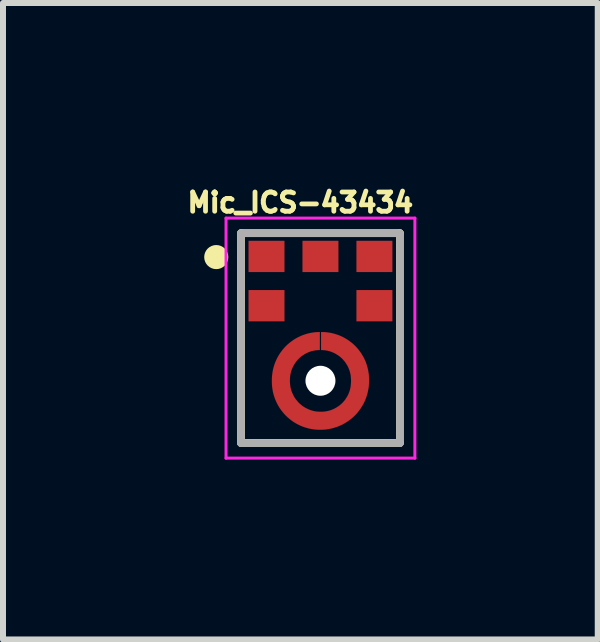
<source format=kicad_pcb>
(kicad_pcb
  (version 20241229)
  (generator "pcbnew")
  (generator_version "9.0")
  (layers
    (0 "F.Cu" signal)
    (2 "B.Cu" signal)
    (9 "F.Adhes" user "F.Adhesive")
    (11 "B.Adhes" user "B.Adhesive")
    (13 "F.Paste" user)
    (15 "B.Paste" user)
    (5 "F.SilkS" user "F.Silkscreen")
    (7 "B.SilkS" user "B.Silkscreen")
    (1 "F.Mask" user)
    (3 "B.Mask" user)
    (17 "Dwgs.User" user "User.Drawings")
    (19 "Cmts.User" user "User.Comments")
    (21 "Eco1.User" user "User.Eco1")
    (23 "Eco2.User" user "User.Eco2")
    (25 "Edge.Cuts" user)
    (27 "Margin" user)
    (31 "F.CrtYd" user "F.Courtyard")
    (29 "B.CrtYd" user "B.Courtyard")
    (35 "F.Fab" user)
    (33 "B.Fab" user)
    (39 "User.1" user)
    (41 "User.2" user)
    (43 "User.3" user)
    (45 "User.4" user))
  (footprint "Mic_ICS-43434"
    (layer "F.Cu")
    (at 2.295 2.588)
    (property "Reference" "Mic_ICS-43434" (at -0.335 -2.259 0) (layer "F.SilkS") (effects (font (size 0.321 0.321) (thickness 0.15))))
    (attr through_hole)
    (fp_poly (pts (xy -0.01 -0.1) (xy -0.01 0.2) (xy -0.036 0.201) (xy -0.062 0.203) (xy -0.088 0.206) (xy -0.114 0.211) (xy -0.139 0.217) (xy -0.165 0.224) (xy -0.189 0.233) (xy -0.213 0.243) (xy -0.237 0.254) (xy -0.26 0.267) (xy -0.282 0.281) (xy -0.304 0.295) (xy -0.325 0.311) (xy -0.345 0.328) (xy -0.364 0.346) (xy -0.382 0.365) (xy -0.399 0.385) (xy -0.415 0.406) (xy -0.429 0.428) (xy -0.443 0.45) (xy -0.456 0.473) (xy -0.467 0.497) (xy -0.477 0.521) (xy -0.486 0.545) (xy -0.493 0.571) (xy -0.499 0.596) (xy -0.504 0.622) (xy -0.507 0.648) (xy -0.509 0.674) (xy -0.51 0.7) (xy -0.51 0.72) (xy -0.509 0.747) (xy -0.507 0.773) (xy -0.504 0.8) (xy -0.499 0.826) (xy -0.493 0.852) (xy -0.485 0.878) (xy -0.476 0.903) (xy -0.466 0.927) (xy -0.454 0.952) (xy -0.442 0.975) (xy -0.428 0.998) (xy -0.413 1.02) (xy -0.396 1.041) (xy -0.379 1.061) (xy -0.361 1.081) (xy -0.341 1.099) (xy -0.321 1.116) (xy -0.3 1.133) (xy -0.278 1.148) (xy -0.255 1.162) (xy -0.232 1.174) (xy -0.207 1.186) (xy -0.183 1.196) (xy -0.158 1.205) (xy -0.132 1.213) (xy -0.106 1.219) (xy -0.08 1.224) (xy -0.053 1.227) (xy -0.027 1.229) (xy 0 1.23) (xy 0.01 1.23) (xy 0.036 1.229) (xy 0.062 1.227) (xy 0.088 1.224) (xy 0.114 1.219) (xy 0.139 1.213) (xy 0.165 1.206) (xy 0.189 1.197) (xy 0.213 1.187) (xy 0.237 1.176) (xy 0.26 1.163) (xy 0.282 1.149) (xy 0.304 1.135) (xy 0.325 1.119) (xy 0.345 1.102) (xy 0.364 1.084) (xy 0.382 1.065) (xy 0.399 1.045) (xy 0.415 1.024) (xy 0.429 1.002) (xy 0.443 0.98) (xy 0.456 0.957) (xy 0.467 0.933) (xy 0.477 0.909) (xy 0.486 0.885) (xy 0.493 0.859) (xy 0.499 0.834) (xy 0.504 0.808) (xy 0.507 0.782) (xy 0.509 0.756) (xy 0.51 0.73) (xy 0.51 0.7) (xy 0.509 0.674) (xy 0.507 0.648) (xy 0.504 0.622) (xy 0.499 0.596) (xy 0.493 0.571) (xy 0.486 0.545) (xy 0.477 0.521) (xy 0.467 0.497) (xy 0.456 0.473) (xy 0.443 0.45) (xy 0.429 0.428) (xy 0.415 0.406) (xy 0.399 0.385) (xy 0.382 0.365) (xy 0.364 0.346) (xy 0.345 0.328) (xy 0.325 0.311) (xy 0.304 0.295) (xy 0.282 0.281) (xy 0.26 0.267) (xy 0.237 0.254) (xy 0.213 0.243) (xy 0.189 0.233) (xy 0.165 0.224) (xy 0.139 0.217) (xy 0.114 0.211) (xy 0.088 0.206) (xy 0.062 0.203) (xy 0.036 0.201) (xy 0.01 0.2) (xy 0.01 -0.1) (xy 0.02 -0.1) (xy 0.061 -0.099) (xy 0.103 -0.096) (xy 0.144 -0.09) (xy 0.184 -0.083) (xy 0.224 -0.073) (xy 0.264 -0.061) (xy 0.303 -0.048) (xy 0.341 -0.032) (xy 0.379 -0.014) (xy 0.415 0.006) (xy 0.45 0.027) (xy 0.484 0.051) (xy 0.517 0.076) (xy 0.549 0.103) (xy 0.579 0.131) (xy 0.607 0.161) (xy 0.634 0.193) (xy 0.659 0.226) (xy 0.683 0.26) (xy 0.704 0.295) (xy 0.724 0.331) (xy 0.742 0.369) (xy 0.758 0.407) (xy 0.771 0.446) (xy 0.783 0.486) (xy 0.793 0.526) (xy 0.8 0.566) (xy 0.806 0.607) (xy 0.809 0.649) (xy 0.81 0.69) (xy 0.81 0.72) (xy 0.809 0.762) (xy 0.806 0.805) (xy 0.8 0.847) (xy 0.792 0.888) (xy 0.782 0.93) (xy 0.77 0.97) (xy 0.756 1.01) (xy 0.74 1.049) (xy 0.722 1.088) (xy 0.701 1.125) (xy 0.679 1.161) (xy 0.655 1.196) (xy 0.629 1.23) (xy 0.602 1.262) (xy 0.573 1.293) (xy 0.542 1.322) (xy 0.51 1.349) (xy 0.476 1.375) (xy 0.441 1.399) (xy 0.405 1.421) (xy 0.368 1.442) (xy 0.329 1.46) (xy 0.29 1.476) (xy 0.25 1.49) (xy 0.21 1.502) (xy 0.168 1.512) (xy 0.127 1.52) (xy 0.085 1.526) (xy 0.042 1.529) (xy 0 1.53) (xy -0.01 1.53) (xy -0.052 1.529) (xy -0.094 1.526) (xy -0.135 1.52) (xy -0.176 1.513) (xy -0.217 1.503) (xy -0.257 1.491) (xy -0.297 1.477) (xy -0.335 1.461) (xy -0.373 1.443) (xy -0.41 1.423) (xy -0.446 1.401) (xy -0.48 1.377) (xy -0.513 1.352) (xy -0.545 1.325) (xy -0.576 1.296) (xy -0.605 1.265) (xy -0.632 1.233) (xy -0.657 1.2) (xy -0.681 1.166) (xy -0.703 1.13) (xy -0.723 1.093) (xy -0.741 1.055) (xy -0.757 1.017) (xy -0.771 0.977) (xy -0.783 0.937) (xy -0.793 0.896) (xy -0.8 0.855) (xy -0.806 0.814) (xy -0.809 0.772) (xy -0.81 0.73) (xy -0.81 0.7) (xy -0.809 0.658) (xy -0.806 0.616) (xy -0.8 0.575) (xy -0.793 0.534) (xy -0.783 0.493) (xy -0.771 0.453) (xy -0.757 0.413) (xy -0.741 0.375) (xy -0.723 0.337) (xy -0.703 0.3) (xy -0.681 0.264) (xy -0.657 0.23) (xy -0.632 0.197) (xy -0.605 0.165) (xy -0.576 0.134) (xy -0.545 0.105) (xy -0.513 0.078) (xy -0.48 0.053) (xy -0.446 0.029) (xy -0.41 0.007) (xy -0.373 -0.013) (xy -0.335 -0.031) (xy -0.297 -0.047) (xy -0.257 -0.061) (xy -0.217 -0.073) (xy -0.176 -0.083) (xy -0.135 -0.09) (xy -0.094 -0.096) (xy -0.052 -0.099) (xy -0.01 -0.1)) (stroke (width 0.001) (type solid)) (fill yes) (layer "F.Cu"))
    (fp_circle (center 0 0.713) (end 0.665 0.713) (stroke (width 0.5) (type solid)) (fill no) (layer "F.Mask"))
    (fp_line (start -1.325 -1.75) (end -1.325 1.75) (stroke (width 0.127) (type solid)) (layer "F.SilkS"))
    (fp_line (start -1.325 1.75) (end 1.325 1.75) (stroke (width 0.127) (type solid)) (layer "F.SilkS"))
    (fp_line (start 1.325 -1.75) (end -1.325 -1.75) (stroke (width 0.127) (type solid)) (layer "F.SilkS"))
    (fp_line (start 1.325 1.75) (end 1.325 -1.75) (stroke (width 0.127) (type solid)) (layer "F.SilkS"))
    (fp_circle (center -1.738 -1.35) (end -1.637 -1.35) (stroke (width 0.2) (type solid)) (fill no) (layer "F.SilkS"))
    (fp_poly (pts (xy -0.65 -1.572) (xy -0.65 -1.15) (xy -1.15 -1.15) (xy -1.15 -1.572)) (stroke (width 0.001) (type solid)) (fill yes) (layer "F.Paste"))
    (fp_poly (pts (xy -0.65 -0.75) (xy -0.65 -0.328) (xy -1.15 -0.328) (xy -1.15 -0.75)) (stroke (width 0.001) (type solid)) (fill yes) (layer "F.Paste"))
    (fp_poly (pts (xy 0.25 -1.572) (xy 0.25 -1.15) (xy -0.25 -1.15) (xy -0.25 -1.572)) (stroke (width 0.001) (type solid)) (fill yes) (layer "F.Paste"))
    (fp_poly (pts (xy 1.15 -1.572) (xy 1.15 -1.15) (xy 0.65 -1.15) (xy 0.65 -1.572)) (stroke (width 0.001) (type solid)) (fill yes) (layer "F.Paste"))
    (fp_poly (pts (xy 1.15 -0.75) (xy 1.15 -0.328) (xy 0.65 -0.328) (xy 0.65 -0.75)) (stroke (width 0.001) (type solid)) (fill yes) (layer "F.Paste"))
    (fp_poly (pts (xy -0.51 0.663) (xy -0.508 0.642) (xy -0.504 0.618) (xy -0.499 0.595) (xy -0.493 0.572) (xy -0.486 0.55) (xy -0.478 0.527) (xy -0.469 0.505) (xy -0.459 0.484) (xy -0.448 0.463) (xy -0.436 0.443) (xy -0.423 0.423) (xy -0.41 0.403) (xy -0.395 0.385) (xy -0.379 0.367) (xy -0.363 0.35) (xy -0.346 0.334) (xy -0.328 0.318) (xy -0.31 0.303) (xy -0.29 0.29) (xy -0.27 0.277) (xy -0.25 0.265) (xy -0.229 0.254) (xy -0.208 0.244) (xy -0.186 0.235) (xy -0.163 0.227) (xy -0.141 0.22) (xy -0.118 0.214) (xy -0.095 0.209) (xy -0.071 0.205) (xy -0.05 0.203) (xy -0.05 -0.097) (xy -0.089 -0.094) (xy -0.127 -0.089) (xy -0.166 -0.082) (xy -0.204 -0.074) (xy -0.242 -0.063) (xy -0.28 -0.051) (xy -0.316 -0.036) (xy -0.352 -0.02) (xy -0.387 -0.003) (xy -0.421 0.017) (xy -0.454 0.038) (xy -0.487 0.06) (xy -0.518 0.085) (xy -0.547 0.11) (xy -0.576 0.137) (xy -0.603 0.166) (xy -0.628 0.195) (xy -0.653 0.226) (xy -0.675 0.259) (xy -0.696 0.292) (xy -0.716 0.326) (xy -0.733 0.361) (xy -0.749 0.397) (xy -0.764 0.433) (xy -0.776 0.471) (xy -0.787 0.509) (xy -0.795 0.547) (xy -0.802 0.586) (xy -0.807 0.624) (xy -0.81 0.663) (xy -0.51 0.663)) (stroke (width 0.001) (type solid)) (fill yes) (layer "F.Paste"))
    (fp_poly (pts (xy -0.05 1.223) (xy -0.071 1.221) (xy -0.095 1.217) (xy -0.118 1.212) (xy -0.141 1.206) (xy -0.163 1.199) (xy -0.186 1.191) (xy -0.208 1.182) (xy -0.229 1.172) (xy -0.25 1.161) (xy -0.27 1.149) (xy -0.29 1.136) (xy -0.31 1.123) (xy -0.328 1.108) (xy -0.346 1.092) (xy -0.363 1.076) (xy -0.379 1.059) (xy -0.395 1.041) (xy -0.41 1.023) (xy -0.423 1.003) (xy -0.436 0.983) (xy -0.448 0.963) (xy -0.459 0.942) (xy -0.469 0.921) (xy -0.478 0.899) (xy -0.486 0.876) (xy -0.493 0.854) (xy -0.499 0.831) (xy -0.504 0.808) (xy -0.508 0.784) (xy -0.51 0.763) (xy -0.81 0.763) (xy -0.807 0.802) (xy -0.802 0.84) (xy -0.795 0.879) (xy -0.787 0.917) (xy -0.776 0.955) (xy -0.764 0.993) (xy -0.749 1.029) (xy -0.733 1.065) (xy -0.716 1.1) (xy -0.696 1.134) (xy -0.675 1.167) (xy -0.653 1.2) (xy -0.628 1.231) (xy -0.603 1.26) (xy -0.576 1.289) (xy -0.547 1.316) (xy -0.518 1.341) (xy -0.487 1.366) (xy -0.454 1.388) (xy -0.421 1.409) (xy -0.387 1.429) (xy -0.352 1.446) (xy -0.316 1.462) (xy -0.28 1.477) (xy -0.242 1.489) (xy -0.204 1.5) (xy -0.166 1.508) (xy -0.127 1.515) (xy -0.089 1.52) (xy -0.05 1.523) (xy -0.05 1.223)) (stroke (width 0.001) (type solid)) (fill yes) (layer "F.Paste"))
    (fp_poly (pts (xy 0.05 0.203) (xy 0.071 0.205) (xy 0.095 0.209) (xy 0.118 0.214) (xy 0.141 0.22) (xy 0.163 0.227) (xy 0.186 0.235) (xy 0.208 0.244) (xy 0.229 0.254) (xy 0.25 0.265) (xy 0.27 0.277) (xy 0.29 0.29) (xy 0.31 0.303) (xy 0.328 0.318) (xy 0.346 0.334) (xy 0.363 0.35) (xy 0.379 0.367) (xy 0.395 0.385) (xy 0.41 0.403) (xy 0.423 0.423) (xy 0.436 0.443) (xy 0.448 0.463) (xy 0.459 0.484) (xy 0.469 0.505) (xy 0.478 0.527) (xy 0.486 0.55) (xy 0.493 0.572) (xy 0.499 0.595) (xy 0.504 0.618) (xy 0.508 0.642) (xy 0.51 0.663) (xy 0.81 0.663) (xy 0.807 0.624) (xy 0.802 0.586) (xy 0.795 0.547) (xy 0.787 0.509) (xy 0.776 0.471) (xy 0.764 0.433) (xy 0.749 0.397) (xy 0.733 0.361) (xy 0.716 0.326) (xy 0.696 0.292) (xy 0.675 0.259) (xy 0.653 0.226) (xy 0.628 0.195) (xy 0.603 0.166) (xy 0.576 0.137) (xy 0.547 0.11) (xy 0.518 0.085) (xy 0.487 0.06) (xy 0.454 0.038) (xy 0.421 0.017) (xy 0.387 -0.003) (xy 0.352 -0.02) (xy 0.316 -0.036) (xy 0.28 -0.051) (xy 0.242 -0.063) (xy 0.204 -0.074) (xy 0.166 -0.082) (xy 0.127 -0.089) (xy 0.089 -0.094) (xy 0.05 -0.097) (xy 0.05 0.203)) (stroke (width 0.001) (type solid)) (fill yes) (layer "F.Paste"))
    (fp_poly (pts (xy 0.51 0.763) (xy 0.508 0.784) (xy 0.504 0.808) (xy 0.499 0.831) (xy 0.493 0.854) (xy 0.486 0.876) (xy 0.478 0.899) (xy 0.469 0.921) (xy 0.459 0.942) (xy 0.448 0.963) (xy 0.436 0.983) (xy 0.423 1.003) (xy 0.41 1.023) (xy 0.395 1.041) (xy 0.379 1.059) (xy 0.363 1.076) (xy 0.346 1.092) (xy 0.328 1.108) (xy 0.31 1.123) (xy 0.29 1.136) (xy 0.27 1.149) (xy 0.25 1.161) (xy 0.229 1.172) (xy 0.208 1.182) (xy 0.186 1.191) (xy 0.163 1.199) (xy 0.141 1.206) (xy 0.118 1.212) (xy 0.095 1.217) (xy 0.071 1.221) (xy 0.05 1.223) (xy 0.05 1.523) (xy 0.089 1.52) (xy 0.127 1.515) (xy 0.166 1.508) (xy 0.204 1.5) (xy 0.242 1.489) (xy 0.28 1.477) (xy 0.316 1.462) (xy 0.352 1.446) (xy 0.387 1.429) (xy 0.421 1.409) (xy 0.454 1.388) (xy 0.487 1.366) (xy 0.518 1.341) (xy 0.547 1.316) (xy 0.576 1.289) (xy 0.603 1.26) (xy 0.628 1.231) (xy 0.653 1.2) (xy 0.675 1.167) (xy 0.696 1.134) (xy 0.716 1.1) (xy 0.733 1.065) (xy 0.749 1.029) (xy 0.764 0.993) (xy 0.776 0.955) (xy 0.787 0.917) (xy 0.795 0.879) (xy 0.802 0.84) (xy 0.807 0.802) (xy 0.81 0.763) (xy 0.51 0.763)) (stroke (width 0.001) (type solid)) (fill yes) (layer "F.Paste"))
    (fp_line (start -1.575 -2) (end 1.575 -2) (stroke (width 0.05) (type solid)) (layer "F.CrtYd"))
    (fp_line (start -1.575 2.003) (end -1.575 -2) (stroke (width 0.05) (type solid)) (layer "F.CrtYd"))
    (fp_line (start 1.575 -2) (end 1.575 2.003) (stroke (width 0.05) (type solid)) (layer "F.CrtYd"))
    (fp_line (start 1.575 2.003) (end -1.575 2.003) (stroke (width 0.05) (type solid)) (layer "F.CrtYd"))
    (fp_line (start -1.325 -1.747) (end 1.325 -1.747) (stroke (width 0.127) (type solid)) (layer "F.Fab"))
    (fp_line (start -1.325 1.753) (end -1.325 -1.747) (stroke (width 0.127) (type solid)) (layer "F.Fab"))
    (fp_line (start 1.325 -1.747) (end 1.325 1.753) (stroke (width 0.127) (type solid)) (layer "F.Fab"))
    (fp_line (start 1.325 1.753) (end -1.325 1.753) (stroke (width 0.127) (type solid)) (layer "F.Fab"))
    (pad "" np_thru_hole circle (at 0 0.713) (size 0.5 0.5) (drill 0.5) (layers "*.Cu" "*.Mask"))
    (pad "1" smd rect (at -0.9 -1.361) (size 0.6 0.522) (layers "F.Cu" "F.Mask"))
    (pad "2" smd rect (at -0.9 -0.539) (size 0.6 0.522) (layers "F.Cu" "F.Mask"))
    (pad "3" smd rect (at -0.015 1.383) (size 0.1 0.1) (layers "F.Cu"))
    (pad "4" smd rect (at 0.9 -0.539) (size 0.6 0.522) (layers "F.Cu" "F.Mask"))
    (pad "5" smd rect (at 0.9 -1.361) (size 0.6 0.522) (layers "F.Cu" "F.Mask"))
    (pad "6" smd rect (at 0 -1.361) (size 0.6 0.522) (layers "F.Cu" "F.Mask")))
  (gr_rect
    (start -3 -3)
    (end 6.92 7.616)
    (stroke (width 0.1) (type default))
    (fill no)
    (layer "Edge.Cuts")))
</source>
